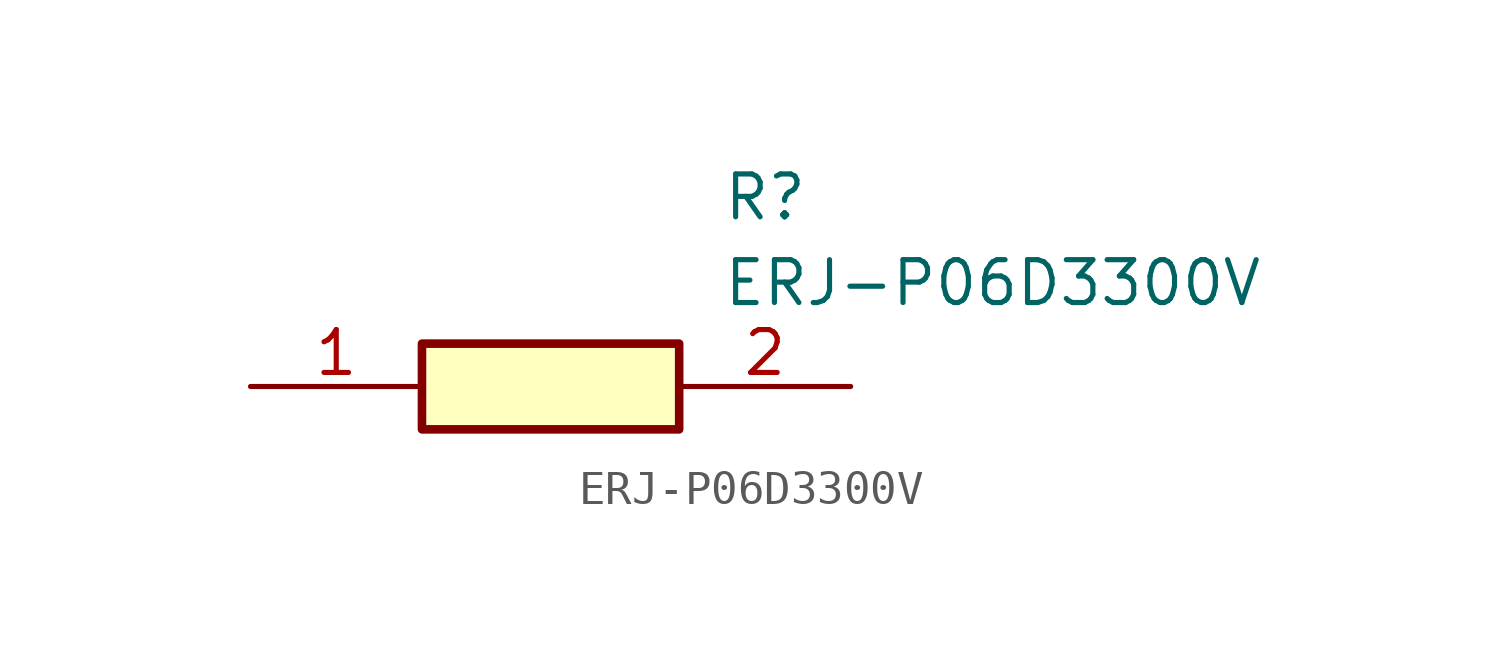
<source format=kicad_sym>
(kicad_symbol_lib
  (version 20211014)
  (generator SamacSys_ECAD_Model)
  (symbol "ERJ-P06D3300V"
    (pin_names hide)
    (property "Reference" "R"
      (at 13.97 6.35 0)
      (effects (font (size 1.27 1.27)) (justify left top)))
    (property "Value" "ERJ-P06D3300V"
      (at 13.97 3.81 0)
      (effects (font (size 1.27 1.27)) (justify left top)))
    (rectangle
      (start 5.08 1.27)
      (end 12.7 -1.27)
      (stroke (width 0.254) (type default))
      (fill (type background)))
    (pin passive line
      (at 0 0 0)
      (length 5.08)
      (name "1" (effects (font (size 1.27 1.27))))
      (number "1" (effects (font (size 1.27 1.27)))))
    (pin passive line
      (at 17.78 0 180)
      (length 5.08)
      (name "2" (effects (font (size 1.27 1.27))))
      (number "2" (effects (font (size 1.27 1.27)))))))
</source>
